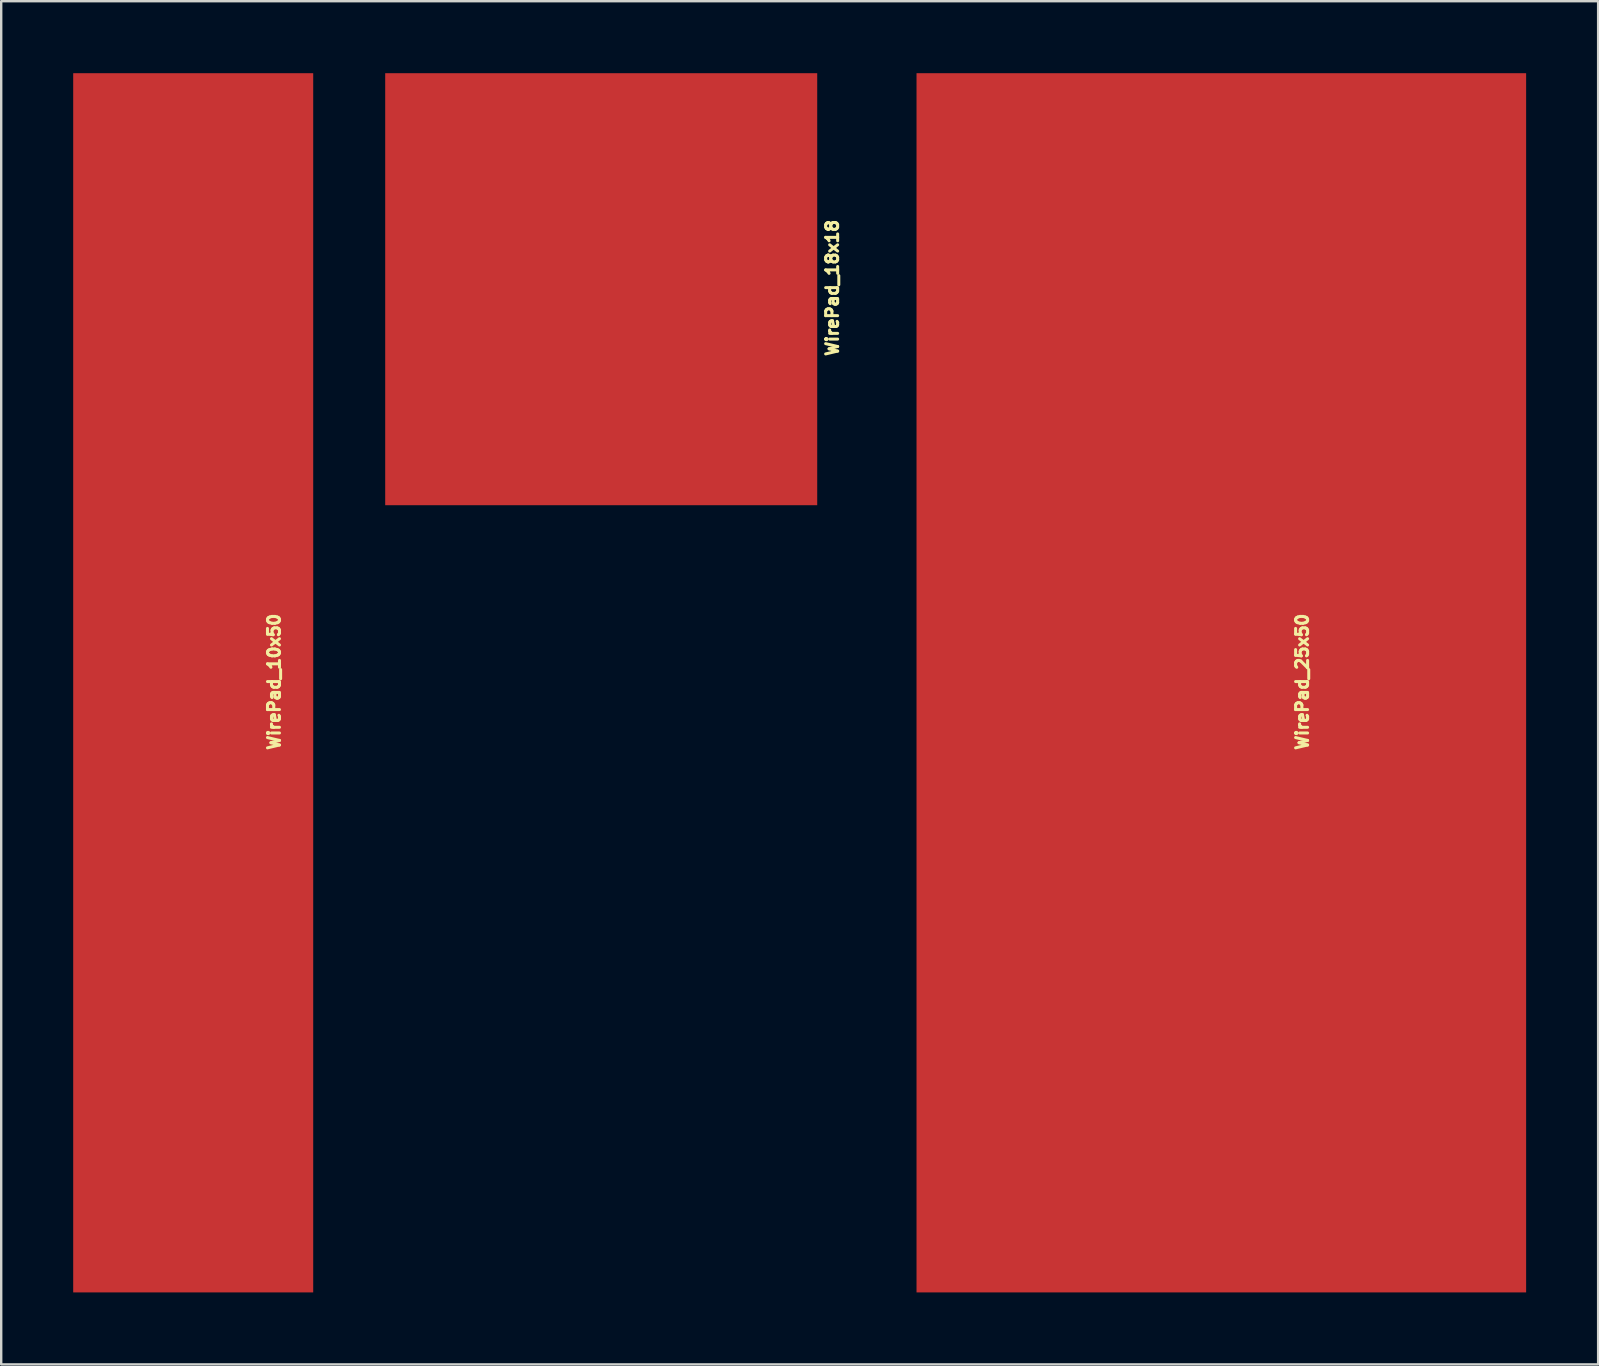
<source format=kicad_pcb>
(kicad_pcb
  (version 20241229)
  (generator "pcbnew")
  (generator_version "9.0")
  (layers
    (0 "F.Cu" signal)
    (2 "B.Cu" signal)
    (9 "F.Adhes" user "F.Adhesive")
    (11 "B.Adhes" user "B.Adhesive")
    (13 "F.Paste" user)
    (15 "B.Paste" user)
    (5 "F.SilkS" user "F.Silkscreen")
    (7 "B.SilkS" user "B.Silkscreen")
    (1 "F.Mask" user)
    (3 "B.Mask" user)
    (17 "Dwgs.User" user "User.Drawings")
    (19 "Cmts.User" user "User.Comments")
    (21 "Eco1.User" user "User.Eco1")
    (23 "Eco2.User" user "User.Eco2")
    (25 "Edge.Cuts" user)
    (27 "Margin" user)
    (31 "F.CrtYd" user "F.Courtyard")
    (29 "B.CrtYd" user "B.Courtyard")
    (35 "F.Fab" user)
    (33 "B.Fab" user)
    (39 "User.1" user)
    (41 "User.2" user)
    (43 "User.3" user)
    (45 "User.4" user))
  (footprint "WirePad_25x50"
    (layer "F.Cu")
    (at 47.838 25.4)
    (property "Reference" "WirePad_25x50" (at 3.37 -0.04 90) (layer "F.SilkS") (effects (font (size 0.5 0.5) (thickness 0.125))))
    (attr through_hole)
    (pad "1" smd rect (at 0 0) (size 25.4 50.8) (layers "F.Cu" "F.Mask")))
  (footprint "WirePad_10x50"
    (layer "F.Cu")
    (at 5 25.4)
    (property "Reference" "WirePad_10x50" (at 3.37 -0.04 90) (layer "F.SilkS") (effects (font (size 0.5 0.5) (thickness 0.125))))
    (attr through_hole)
    (pad "1" smd rect (at 0 0) (size 10 50.8) (layers "F.Cu" "F.Mask")))
  (footprint "WirePad_18x18"
    (layer "F.Cu")
    (at 22 9)
    (property "Reference" "WirePad_18x18" (at 9.627 -0.053 90) (layer "F.SilkS") (effects (font (size 0.5 0.5) (thickness 0.125))))
    (attr through_hole)
    (pad "1" smd rect (at 0 0) (size 18 18) (layers "F.Cu" "F.Mask")))
  (gr_rect
    (start -3 -3)
    (end 63.538 53.8)
    (stroke (width 0.1) (type default))
    (fill no)
    (layer "Edge.Cuts")))
</source>
